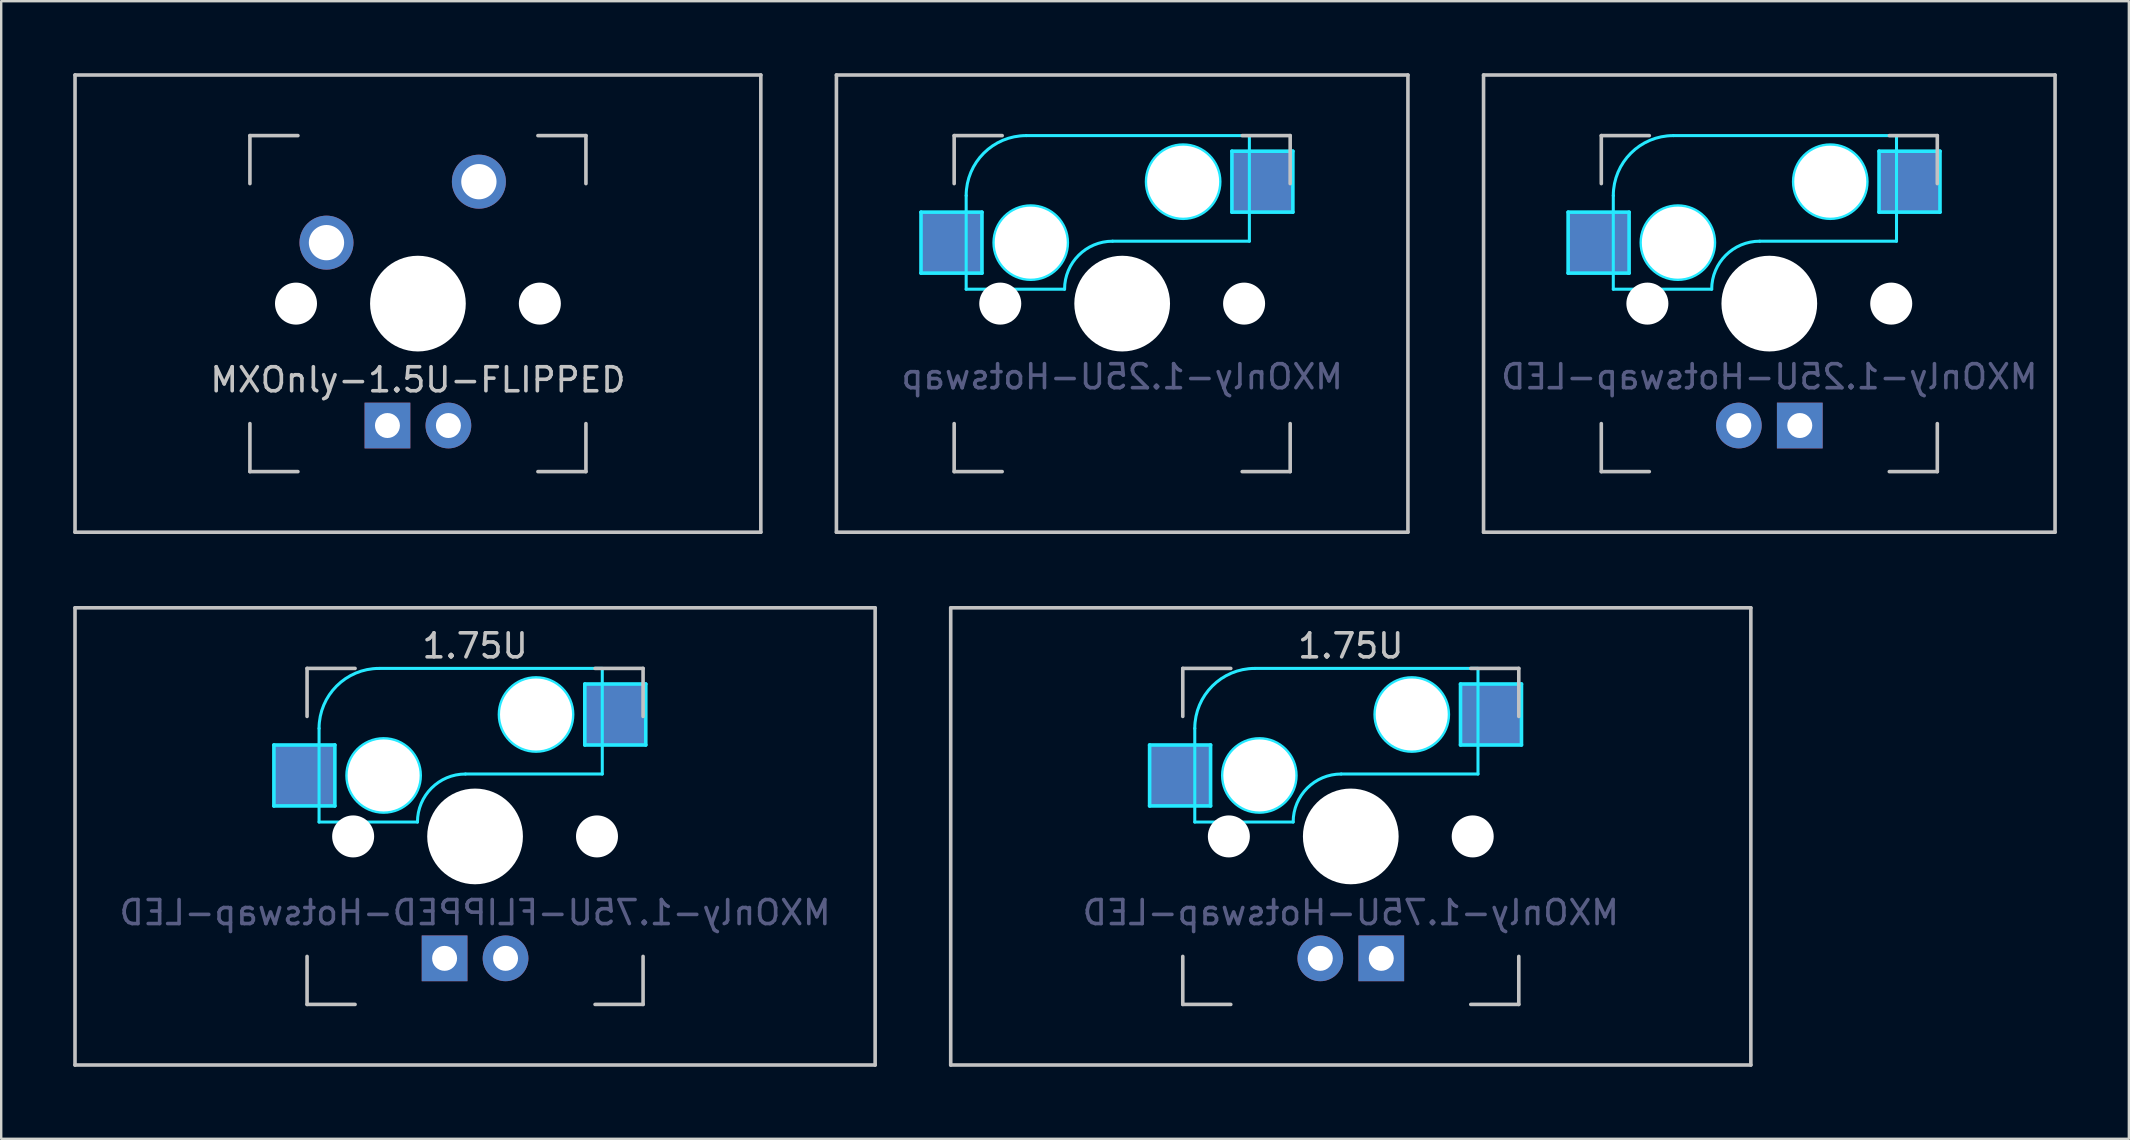
<source format=kicad_pcb>
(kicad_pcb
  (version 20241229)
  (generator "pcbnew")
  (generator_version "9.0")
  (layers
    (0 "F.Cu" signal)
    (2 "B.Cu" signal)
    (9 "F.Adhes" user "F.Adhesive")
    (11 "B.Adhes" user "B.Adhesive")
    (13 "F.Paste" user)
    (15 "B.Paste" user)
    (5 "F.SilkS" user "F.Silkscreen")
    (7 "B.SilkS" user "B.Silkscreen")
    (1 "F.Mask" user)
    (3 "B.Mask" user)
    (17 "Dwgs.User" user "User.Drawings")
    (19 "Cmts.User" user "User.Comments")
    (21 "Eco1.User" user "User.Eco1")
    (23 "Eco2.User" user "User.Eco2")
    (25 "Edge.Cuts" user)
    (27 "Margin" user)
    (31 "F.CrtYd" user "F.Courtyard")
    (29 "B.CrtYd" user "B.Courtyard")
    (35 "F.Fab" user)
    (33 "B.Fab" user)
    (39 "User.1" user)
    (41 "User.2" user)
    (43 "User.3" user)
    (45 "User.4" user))
  (footprint "MXOnly-1.75U-FLIPPED-Hotswap-LED"
    (layer "F.Cu")
    (at 16.744 31.8)
    (property "Reference" "MXOnly-1.75U-FLIPPED-Hotswap-LED" (at 0 3.175 0) (layer "B.Fab") (effects (font (size 1 1) (thickness 0.15)) (justify mirror)))
    (attr through_hole)
    (fp_line (start -16.669 -9.525) (end 16.669 -9.525) (stroke (width 0.15) (type solid)) (layer "Dwgs.User"))
    (fp_line (start -16.669 9.525) (end -16.669 -9.525) (stroke (width 0.15) (type solid)) (layer "Dwgs.User"))
    (fp_line (start -7 -7) (end -7 -5) (stroke (width 0.15) (type solid)) (layer "Dwgs.User"))
    (fp_line (start -7 5) (end -7 7) (stroke (width 0.15) (type solid)) (layer "Dwgs.User"))
    (fp_line (start -7 7) (end -5 7) (stroke (width 0.15) (type solid)) (layer "Dwgs.User"))
    (fp_line (start -5 -7) (end -7 -7) (stroke (width 0.15) (type solid)) (layer "Dwgs.User"))
    (fp_line (start 5 -7) (end 7 -7) (stroke (width 0.15) (type solid)) (layer "Dwgs.User"))
    (fp_line (start 5 7) (end 7 7) (stroke (width 0.15) (type solid)) (layer "Dwgs.User"))
    (fp_line (start 7 -7) (end 7 -5) (stroke (width 0.15) (type solid)) (layer "Dwgs.User"))
    (fp_line (start 7 7) (end 7 5) (stroke (width 0.15) (type solid)) (layer "Dwgs.User"))
    (fp_line (start 16.669 -9.525) (end 16.669 9.525) (stroke (width 0.15) (type solid)) (layer "Dwgs.User"))
    (fp_line (start 16.669 9.525) (end -16.669 9.525) (stroke (width 0.15) (type solid)) (layer "Dwgs.User"))
    (fp_line (start -8.382 -3.81) (end -5.842 -3.81) (stroke (width 0.15) (type solid)) (layer "B.CrtYd"))
    (fp_line (start -8.382 -1.27) (end -8.382 -3.81) (stroke (width 0.15) (type solid)) (layer "B.CrtYd"))
    (fp_line (start -6.5 -4.5) (end -6.5 -0.6) (stroke (width 0.127) (type solid)) (layer "B.CrtYd"))
    (fp_line (start -6.5 -0.6) (end -2.4 -0.6) (stroke (width 0.127) (type solid)) (layer "B.CrtYd"))
    (fp_line (start -5.842 -3.81) (end -5.842 -1.27) (stroke (width 0.15) (type solid)) (layer "B.CrtYd"))
    (fp_line (start -5.842 -1.27) (end -8.382 -1.27) (stroke (width 0.15) (type solid)) (layer "B.CrtYd"))
    (fp_line (start -0.4 -2.6) (end 5.3 -2.6) (stroke (width 0.127) (type solid)) (layer "B.CrtYd"))
    (fp_line (start 4.572 -6.35) (end 7.112 -6.35) (stroke (width 0.15) (type solid)) (layer "B.CrtYd"))
    (fp_line (start 4.572 -3.81) (end 4.572 -6.35) (stroke (width 0.15) (type solid)) (layer "B.CrtYd"))
    (fp_line (start 5.3 -7) (end -4 -7) (stroke (width 0.127) (type solid)) (layer "B.CrtYd"))
    (fp_line (start 5.3 -7) (end 5.3 -2.6) (stroke (width 0.127) (type solid)) (layer "B.CrtYd"))
    (fp_line (start 7.112 -6.35) (end 7.112 -3.81) (stroke (width 0.15) (type solid)) (layer "B.CrtYd"))
    (fp_line (start 7.112 -3.81) (end 4.572 -3.81) (stroke (width 0.15) (type solid)) (layer "B.CrtYd"))
    (fp_arc (start -6.5 -4.5) (mid -5.767767 -6.267767) (end -4 -7) (stroke (width 0.127) (type solid)) (layer "B.CrtYd"))
    (fp_arc (start -2.4 -0.6) (mid -1.814214 -2.014214) (end -0.4 -2.6) (stroke (width 0.127) (type solid)) (layer "B.CrtYd"))
    (fp_circle (center -3.81 -2.54) (end -3.81 -4.064) (stroke (width 0.15) (type solid)) (fill no) (layer "B.CrtYd"))
    (fp_circle (center 2.54 -5.08) (end 2.54 -6.604) (stroke (width 0.15) (type solid)) (fill no) (layer "B.CrtYd"))
    (fp_text user "1.75U" (at 0 -7.938 0) (layer "Dwgs.User") (effects (font (size 1 1) (thickness 0.15))))
    (pad "" np_thru_hole circle (at -5.08 0 48.1) (size 1.75 1.75) (drill 1.75) (layers "*.Cu" "*.Mask"))
    (pad "" np_thru_hole circle (at -3.81 -2.54) (size 3 3) (drill 3) (layers "*.Cu" "*.Mask"))
    (pad "" np_thru_hole circle (at 0 0) (size 3.988 3.988) (drill 3.988) (layers "*.Cu" "*.Mask"))
    (pad "" np_thru_hole circle (at 2.54 -5.08) (size 3 3) (drill 3) (layers "*.Cu" "*.Mask"))
    (pad "" np_thru_hole circle (at 5.08 0 48.1) (size 1.75 1.75) (drill 1.75) (layers "*.Cu" "*.Mask"))
    (pad "1" smd rect (at -7.085 -2.54) (size 2.55 2.5) (layers "B.Cu" "B.Mask" "B.Paste"))
    (pad "2" smd rect (at 5.842 -5.08) (size 2.55 2.5) (layers "B.Cu" "B.Mask" "B.Paste"))
    (pad "3" thru_hole circle (at 1.27 5.08 180) (size 1.905 1.905) (drill 1.04) (layers "*.Cu" "B.Mask"))
    (pad "4" thru_hole rect (at -1.27 5.08 180) (size 1.905 1.905) (drill 1.04) (layers "*.Cu" "B.Mask")))
  (footprint "MXOnly-1.5U-FLIPPED"
    (layer "F.Cu")
    (at 14.363 9.6)
    (property "Reference" "MXOnly-1.5U-FLIPPED" (at 0 3.175 0) (layer "Dwgs.User") (effects (font (size 1 1) (thickness 0.15))))
    (attr through_hole)
    (fp_line (start -14.287 -9.525) (end 14.287 -9.525) (stroke (width 0.15) (type solid)) (layer "Dwgs.User"))
    (fp_line (start -14.287 9.525) (end -14.287 -9.525) (stroke (width 0.15) (type solid)) (layer "Dwgs.User"))
    (fp_line (start -14.287 9.525) (end 14.287 9.525) (stroke (width 0.15) (type solid)) (layer "Dwgs.User"))
    (fp_line (start -7 -7) (end -7 -5) (stroke (width 0.15) (type solid)) (layer "Dwgs.User"))
    (fp_line (start -7 5) (end -7 7) (stroke (width 0.15) (type solid)) (layer "Dwgs.User"))
    (fp_line (start -7 7) (end -5 7) (stroke (width 0.15) (type solid)) (layer "Dwgs.User"))
    (fp_line (start -5 -7) (end -7 -7) (stroke (width 0.15) (type solid)) (layer "Dwgs.User"))
    (fp_line (start 5 -7) (end 7 -7) (stroke (width 0.15) (type solid)) (layer "Dwgs.User"))
    (fp_line (start 5 7) (end 7 7) (stroke (width 0.15) (type solid)) (layer "Dwgs.User"))
    (fp_line (start 7 -7) (end 7 -5) (stroke (width 0.15) (type solid)) (layer "Dwgs.User"))
    (fp_line (start 7 7) (end 7 5) (stroke (width 0.15) (type solid)) (layer "Dwgs.User"))
    (fp_line (start 14.287 -9.525) (end 14.287 9.525) (stroke (width 0.15) (type solid)) (layer "Dwgs.User"))
    (pad "" np_thru_hole circle (at -5.08 0 48.1) (size 1.75 1.75) (drill 1.75) (layers "*.Cu" "*.Mask"))
    (pad "" np_thru_hole circle (at 0 0) (size 3.988 3.988) (drill 3.988) (layers "*.Cu" "*.Mask"))
    (pad "" np_thru_hole circle (at 5.08 0 48.1) (size 1.75 1.75) (drill 1.75) (layers "*.Cu" "*.Mask"))
    (pad "1" thru_hole circle (at -3.81 -2.54) (size 2.25 2.25) (drill 1.47) (layers "*.Cu" "B.Mask"))
    (pad "2" thru_hole circle (at 2.54 -5.08) (size 2.25 2.25) (drill 1.47) (layers "*.Cu" "B.Mask"))
    (pad "3" thru_hole circle (at 1.27 5.08) (size 1.905 1.905) (drill 1.04) (layers "*.Cu" "B.Mask"))
    (pad "4" thru_hole rect (at -1.27 5.08) (size 1.905 1.905) (drill 1.04) (layers "*.Cu" "B.Mask")))
  (footprint "MXOnly-1.25U-Hotswap-LED"
    (layer "F.Cu")
    (at 70.669 9.6)
    (property "Reference" "MXOnly-1.25U-Hotswap-LED" (at 0 3.048 0) (layer "B.Fab") (effects (font (size 1 1) (thickness 0.15)) (justify mirror)))
    (attr smd)
    (fp_line (start -11.906 -9.525) (end 11.906 -9.525) (stroke (width 0.15) (type solid)) (layer "Dwgs.User"))
    (fp_line (start -11.906 9.525) (end -11.906 -9.525) (stroke (width 0.15) (type solid)) (layer "Dwgs.User"))
    (fp_line (start -7 -7) (end -7 -5) (stroke (width 0.15) (type solid)) (layer "Dwgs.User"))
    (fp_line (start -7 5) (end -7 7) (stroke (width 0.15) (type solid)) (layer "Dwgs.User"))
    (fp_line (start -7 7) (end -5 7) (stroke (width 0.15) (type solid)) (layer "Dwgs.User"))
    (fp_line (start -5 -7) (end -7 -7) (stroke (width 0.15) (type solid)) (layer "Dwgs.User"))
    (fp_line (start 5 -7) (end 7 -7) (stroke (width 0.15) (type solid)) (layer "Dwgs.User"))
    (fp_line (start 5 7) (end 7 7) (stroke (width 0.15) (type solid)) (layer "Dwgs.User"))
    (fp_line (start 7 -7) (end 7 -5) (stroke (width 0.15) (type solid)) (layer "Dwgs.User"))
    (fp_line (start 7 7) (end 7 5) (stroke (width 0.15) (type solid)) (layer "Dwgs.User"))
    (fp_line (start 11.906 -9.525) (end 11.906 9.525) (stroke (width 0.15) (type solid)) (layer "Dwgs.User"))
    (fp_line (start 11.906 9.525) (end -11.906 9.525) (stroke (width 0.15) (type solid)) (layer "Dwgs.User"))
    (fp_line (start -8.382 -3.81) (end -5.842 -3.81) (stroke (width 0.15) (type solid)) (layer "B.CrtYd"))
    (fp_line (start -8.382 -1.27) (end -8.382 -3.81) (stroke (width 0.15) (type solid)) (layer "B.CrtYd"))
    (fp_line (start -6.5 -4.5) (end -6.5 -0.6) (stroke (width 0.127) (type solid)) (layer "B.CrtYd"))
    (fp_line (start -6.5 -0.6) (end -2.4 -0.6) (stroke (width 0.127) (type solid)) (layer "B.CrtYd"))
    (fp_line (start -5.842 -3.81) (end -5.842 -1.27) (stroke (width 0.15) (type solid)) (layer "B.CrtYd"))
    (fp_line (start -5.842 -1.27) (end -8.382 -1.27) (stroke (width 0.15) (type solid)) (layer "B.CrtYd"))
    (fp_line (start -0.4 -2.6) (end 5.3 -2.6) (stroke (width 0.127) (type solid)) (layer "B.CrtYd"))
    (fp_line (start 4.572 -6.35) (end 7.112 -6.35) (stroke (width 0.15) (type solid)) (layer "B.CrtYd"))
    (fp_line (start 4.572 -3.81) (end 4.572 -6.35) (stroke (width 0.15) (type solid)) (layer "B.CrtYd"))
    (fp_line (start 5.3 -7) (end -4 -7) (stroke (width 0.127) (type solid)) (layer "B.CrtYd"))
    (fp_line (start 5.3 -7) (end 5.3 -2.6) (stroke (width 0.127) (type solid)) (layer "B.CrtYd"))
    (fp_line (start 7.112 -6.35) (end 7.112 -3.81) (stroke (width 0.15) (type solid)) (layer "B.CrtYd"))
    (fp_line (start 7.112 -3.81) (end 4.572 -3.81) (stroke (width 0.15) (type solid)) (layer "B.CrtYd"))
    (fp_arc (start -6.5 -4.5) (mid -5.767767 -6.267767) (end -4 -7) (stroke (width 0.127) (type solid)) (layer "B.CrtYd"))
    (fp_arc (start -2.4 -0.6) (mid -1.814214 -2.014214) (end -0.4 -2.6) (stroke (width 0.127) (type solid)) (layer "B.CrtYd"))
    (fp_circle (center -3.81 -2.54) (end -3.81 -4.064) (stroke (width 0.15) (type solid)) (fill no) (layer "B.CrtYd"))
    (fp_circle (center 2.54 -5.08) (end 2.54 -6.604) (stroke (width 0.15) (type solid)) (fill no) (layer "B.CrtYd"))
    (pad "" np_thru_hole circle (at -5.08 0 48.1) (size 1.75 1.75) (drill 1.75) (layers "*.Cu" "*.Mask"))
    (pad "" np_thru_hole circle (at -3.81 -2.54) (size 3 3) (drill 3) (layers "*.Cu" "*.Mask"))
    (pad "" np_thru_hole circle (at 0 0) (size 3.988 3.988) (drill 3.988) (layers "*.Cu" "*.Mask"))
    (pad "" np_thru_hole circle (at 2.54 -5.08) (size 3 3) (drill 3) (layers "*.Cu" "*.Mask"))
    (pad "" np_thru_hole circle (at 5.08 0 48.1) (size 1.75 1.75) (drill 1.75) (layers "*.Cu" "*.Mask"))
    (pad "1" smd rect (at -7.085 -2.54) (size 2.55 2.5) (layers "B.Cu" "B.Mask" "B.Paste"))
    (pad "2" smd rect (at 5.842 -5.08) (size 2.55 2.5) (layers "B.Cu" "B.Mask" "B.Paste"))
    (pad "3" thru_hole circle (at -1.27 5.08) (size 1.905 1.905) (drill 1.04) (layers "*.Cu" "B.Mask"))
    (pad "4" thru_hole rect (at 1.27 5.08) (size 1.905 1.905) (drill 1.04) (layers "*.Cu" "B.Mask")))
  (footprint "MXOnly-1.25U-Hotswap"
    (layer "F.Cu")
    (at 43.706 9.6)
    (property "Reference" "MXOnly-1.25U-Hotswap" (at 0 3.048 0) (layer "B.Fab") (effects (font (size 1 1) (thickness 0.15)) (justify mirror)))
    (attr smd)
    (fp_line (start -11.906 -9.525) (end 11.906 -9.525) (stroke (width 0.15) (type solid)) (layer "Dwgs.User"))
    (fp_line (start -11.906 9.525) (end -11.906 -9.525) (stroke (width 0.15) (type solid)) (layer "Dwgs.User"))
    (fp_line (start -7 -7) (end -7 -5) (stroke (width 0.15) (type solid)) (layer "Dwgs.User"))
    (fp_line (start -7 5) (end -7 7) (stroke (width 0.15) (type solid)) (layer "Dwgs.User"))
    (fp_line (start -7 7) (end -5 7) (stroke (width 0.15) (type solid)) (layer "Dwgs.User"))
    (fp_line (start -5 -7) (end -7 -7) (stroke (width 0.15) (type solid)) (layer "Dwgs.User"))
    (fp_line (start 5 -7) (end 7 -7) (stroke (width 0.15) (type solid)) (layer "Dwgs.User"))
    (fp_line (start 5 7) (end 7 7) (stroke (width 0.15) (type solid)) (layer "Dwgs.User"))
    (fp_line (start 7 -7) (end 7 -5) (stroke (width 0.15) (type solid)) (layer "Dwgs.User"))
    (fp_line (start 7 7) (end 7 5) (stroke (width 0.15) (type solid)) (layer "Dwgs.User"))
    (fp_line (start 11.906 -9.525) (end 11.906 9.525) (stroke (width 0.15) (type solid)) (layer "Dwgs.User"))
    (fp_line (start 11.906 9.525) (end -11.906 9.525) (stroke (width 0.15) (type solid)) (layer "Dwgs.User"))
    (fp_line (start -8.382 -3.81) (end -5.842 -3.81) (stroke (width 0.15) (type solid)) (layer "B.CrtYd"))
    (fp_line (start -8.382 -1.27) (end -8.382 -3.81) (stroke (width 0.15) (type solid)) (layer "B.CrtYd"))
    (fp_line (start -6.5 -4.5) (end -6.5 -0.6) (stroke (width 0.127) (type solid)) (layer "B.CrtYd"))
    (fp_line (start -6.5 -0.6) (end -2.4 -0.6) (stroke (width 0.127) (type solid)) (layer "B.CrtYd"))
    (fp_line (start -5.842 -3.81) (end -5.842 -1.27) (stroke (width 0.15) (type solid)) (layer "B.CrtYd"))
    (fp_line (start -5.842 -1.27) (end -8.382 -1.27) (stroke (width 0.15) (type solid)) (layer "B.CrtYd"))
    (fp_line (start -0.4 -2.6) (end 5.3 -2.6) (stroke (width 0.127) (type solid)) (layer "B.CrtYd"))
    (fp_line (start 4.572 -6.35) (end 7.112 -6.35) (stroke (width 0.15) (type solid)) (layer "B.CrtYd"))
    (fp_line (start 4.572 -3.81) (end 4.572 -6.35) (stroke (width 0.15) (type solid)) (layer "B.CrtYd"))
    (fp_line (start 5.3 -7) (end -4 -7) (stroke (width 0.127) (type solid)) (layer "B.CrtYd"))
    (fp_line (start 5.3 -7) (end 5.3 -2.6) (stroke (width 0.127) (type solid)) (layer "B.CrtYd"))
    (fp_line (start 7.112 -6.35) (end 7.112 -3.81) (stroke (width 0.15) (type solid)) (layer "B.CrtYd"))
    (fp_line (start 7.112 -3.81) (end 4.572 -3.81) (stroke (width 0.15) (type solid)) (layer "B.CrtYd"))
    (fp_arc (start -6.5 -4.5) (mid -5.767767 -6.267767) (end -4 -7) (stroke (width 0.127) (type solid)) (layer "B.CrtYd"))
    (fp_arc (start -2.4 -0.6) (mid -1.814214 -2.014214) (end -0.4 -2.6) (stroke (width 0.127) (type solid)) (layer "B.CrtYd"))
    (fp_circle (center -3.81 -2.54) (end -3.81 -4.064) (stroke (width 0.15) (type solid)) (fill no) (layer "B.CrtYd"))
    (fp_circle (center 2.54 -5.08) (end 2.54 -6.604) (stroke (width 0.15) (type solid)) (fill no) (layer "B.CrtYd"))
    (pad "" np_thru_hole circle (at -5.08 0 48.1) (size 1.75 1.75) (drill 1.75) (layers "*.Cu" "*.Mask"))
    (pad "" np_thru_hole circle (at -3.81 -2.54) (size 3 3) (drill 3) (layers "*.Cu" "*.Mask"))
    (pad "" np_thru_hole circle (at 0 0) (size 3.988 3.988) (drill 3.988) (layers "*.Cu" "*.Mask"))
    (pad "" np_thru_hole circle (at 2.54 -5.08) (size 3 3) (drill 3) (layers "*.Cu" "*.Mask"))
    (pad "" np_thru_hole circle (at 5.08 0 48.1) (size 1.75 1.75) (drill 1.75) (layers "*.Cu" "*.Mask"))
    (pad "1" smd rect (at -7.085 -2.54) (size 2.55 2.5) (layers "B.Cu" "B.Mask" "B.Paste"))
    (pad "2" smd rect (at 5.842 -5.08) (size 2.55 2.5) (layers "B.Cu" "B.Mask" "B.Paste")))
  (footprint "MXOnly-1.75U-Hotswap-LED"
    (layer "F.Cu")
    (at 53.231 31.8)
    (property "Reference" "MXOnly-1.75U-Hotswap-LED" (at 0 3.175 0) (layer "B.Fab") (effects (font (size 1 1) (thickness 0.15)) (justify mirror)))
    (attr through_hole)
    (fp_line (start -16.669 -9.525) (end 16.669 -9.525) (stroke (width 0.15) (type solid)) (layer "Dwgs.User"))
    (fp_line (start -16.669 9.525) (end -16.669 -9.525) (stroke (width 0.15) (type solid)) (layer "Dwgs.User"))
    (fp_line (start -7 -7) (end -7 -5) (stroke (width 0.15) (type solid)) (layer "Dwgs.User"))
    (fp_line (start -7 5) (end -7 7) (stroke (width 0.15) (type solid)) (layer "Dwgs.User"))
    (fp_line (start -7 7) (end -5 7) (stroke (width 0.15) (type solid)) (layer "Dwgs.User"))
    (fp_line (start -5 -7) (end -7 -7) (stroke (width 0.15) (type solid)) (layer "Dwgs.User"))
    (fp_line (start 5 -7) (end 7 -7) (stroke (width 0.15) (type solid)) (layer "Dwgs.User"))
    (fp_line (start 5 7) (end 7 7) (stroke (width 0.15) (type solid)) (layer "Dwgs.User"))
    (fp_line (start 7 -7) (end 7 -5) (stroke (width 0.15) (type solid)) (layer "Dwgs.User"))
    (fp_line (start 7 7) (end 7 5) (stroke (width 0.15) (type solid)) (layer "Dwgs.User"))
    (fp_line (start 16.669 -9.525) (end 16.669 9.525) (stroke (width 0.15) (type solid)) (layer "Dwgs.User"))
    (fp_line (start 16.669 9.525) (end -16.669 9.525) (stroke (width 0.15) (type solid)) (layer "Dwgs.User"))
    (fp_line (start -8.382 -3.81) (end -5.842 -3.81) (stroke (width 0.15) (type solid)) (layer "B.CrtYd"))
    (fp_line (start -8.382 -1.27) (end -8.382 -3.81) (stroke (width 0.15) (type solid)) (layer "B.CrtYd"))
    (fp_line (start -6.5 -4.5) (end -6.5 -0.6) (stroke (width 0.127) (type solid)) (layer "B.CrtYd"))
    (fp_line (start -6.5 -0.6) (end -2.4 -0.6) (stroke (width 0.127) (type solid)) (layer "B.CrtYd"))
    (fp_line (start -5.842 -3.81) (end -5.842 -1.27) (stroke (width 0.15) (type solid)) (layer "B.CrtYd"))
    (fp_line (start -5.842 -1.27) (end -8.382 -1.27) (stroke (width 0.15) (type solid)) (layer "B.CrtYd"))
    (fp_line (start -0.4 -2.6) (end 5.3 -2.6) (stroke (width 0.127) (type solid)) (layer "B.CrtYd"))
    (fp_line (start 4.572 -6.35) (end 7.112 -6.35) (stroke (width 0.15) (type solid)) (layer "B.CrtYd"))
    (fp_line (start 4.572 -3.81) (end 4.572 -6.35) (stroke (width 0.15) (type solid)) (layer "B.CrtYd"))
    (fp_line (start 5.3 -7) (end -4 -7) (stroke (width 0.127) (type solid)) (layer "B.CrtYd"))
    (fp_line (start 5.3 -7) (end 5.3 -2.6) (stroke (width 0.127) (type solid)) (layer "B.CrtYd"))
    (fp_line (start 7.112 -6.35) (end 7.112 -3.81) (stroke (width 0.15) (type solid)) (layer "B.CrtYd"))
    (fp_line (start 7.112 -3.81) (end 4.572 -3.81) (stroke (width 0.15) (type solid)) (layer "B.CrtYd"))
    (fp_arc (start -6.5 -4.5) (mid -5.767767 -6.267767) (end -4 -7) (stroke (width 0.127) (type solid)) (layer "B.CrtYd"))
    (fp_arc (start -2.4 -0.6) (mid -1.814214 -2.014214) (end -0.4 -2.6) (stroke (width 0.127) (type solid)) (layer "B.CrtYd"))
    (fp_circle (center -3.81 -2.54) (end -3.81 -4.064) (stroke (width 0.15) (type solid)) (fill no) (layer "B.CrtYd"))
    (fp_circle (center 2.54 -5.08) (end 2.54 -6.604) (stroke (width 0.15) (type solid)) (fill no) (layer "B.CrtYd"))
    (fp_text user "1.75U" (at 0 -7.938 0) (layer "Dwgs.User") (effects (font (size 1 1) (thickness 0.15))))
    (pad "" np_thru_hole circle (at -5.08 0 48.1) (size 1.75 1.75) (drill 1.75) (layers "*.Cu" "*.Mask"))
    (pad "" np_thru_hole circle (at -3.81 -2.54) (size 3 3) (drill 3) (layers "*.Cu" "*.Mask"))
    (pad "" np_thru_hole circle (at 0 0) (size 3.988 3.988) (drill 3.988) (layers "*.Cu" "*.Mask"))
    (pad "" np_thru_hole circle (at 2.54 -5.08) (size 3 3) (drill 3) (layers "*.Cu" "*.Mask"))
    (pad "" np_thru_hole circle (at 5.08 0 48.1) (size 1.75 1.75) (drill 1.75) (layers "*.Cu" "*.Mask"))
    (pad "1" smd rect (at -7.085 -2.54) (size 2.55 2.5) (layers "B.Cu" "B.Mask" "B.Paste"))
    (pad "2" smd rect (at 5.842 -5.08) (size 2.55 2.5) (layers "B.Cu" "B.Mask" "B.Paste"))
    (pad "3" thru_hole circle (at -1.27 5.08) (size 1.905 1.905) (drill 1.04) (layers "*.Cu" "B.Mask"))
    (pad "4" thru_hole rect (at 1.27 5.08) (size 1.905 1.905) (drill 1.04) (layers "*.Cu" "B.Mask")))
  (gr_rect
    (start -3 -3)
    (end 85.65 44.4)
    (stroke (width 0.1) (type default))
    (fill no)
    (layer "Edge.Cuts")))
</source>
